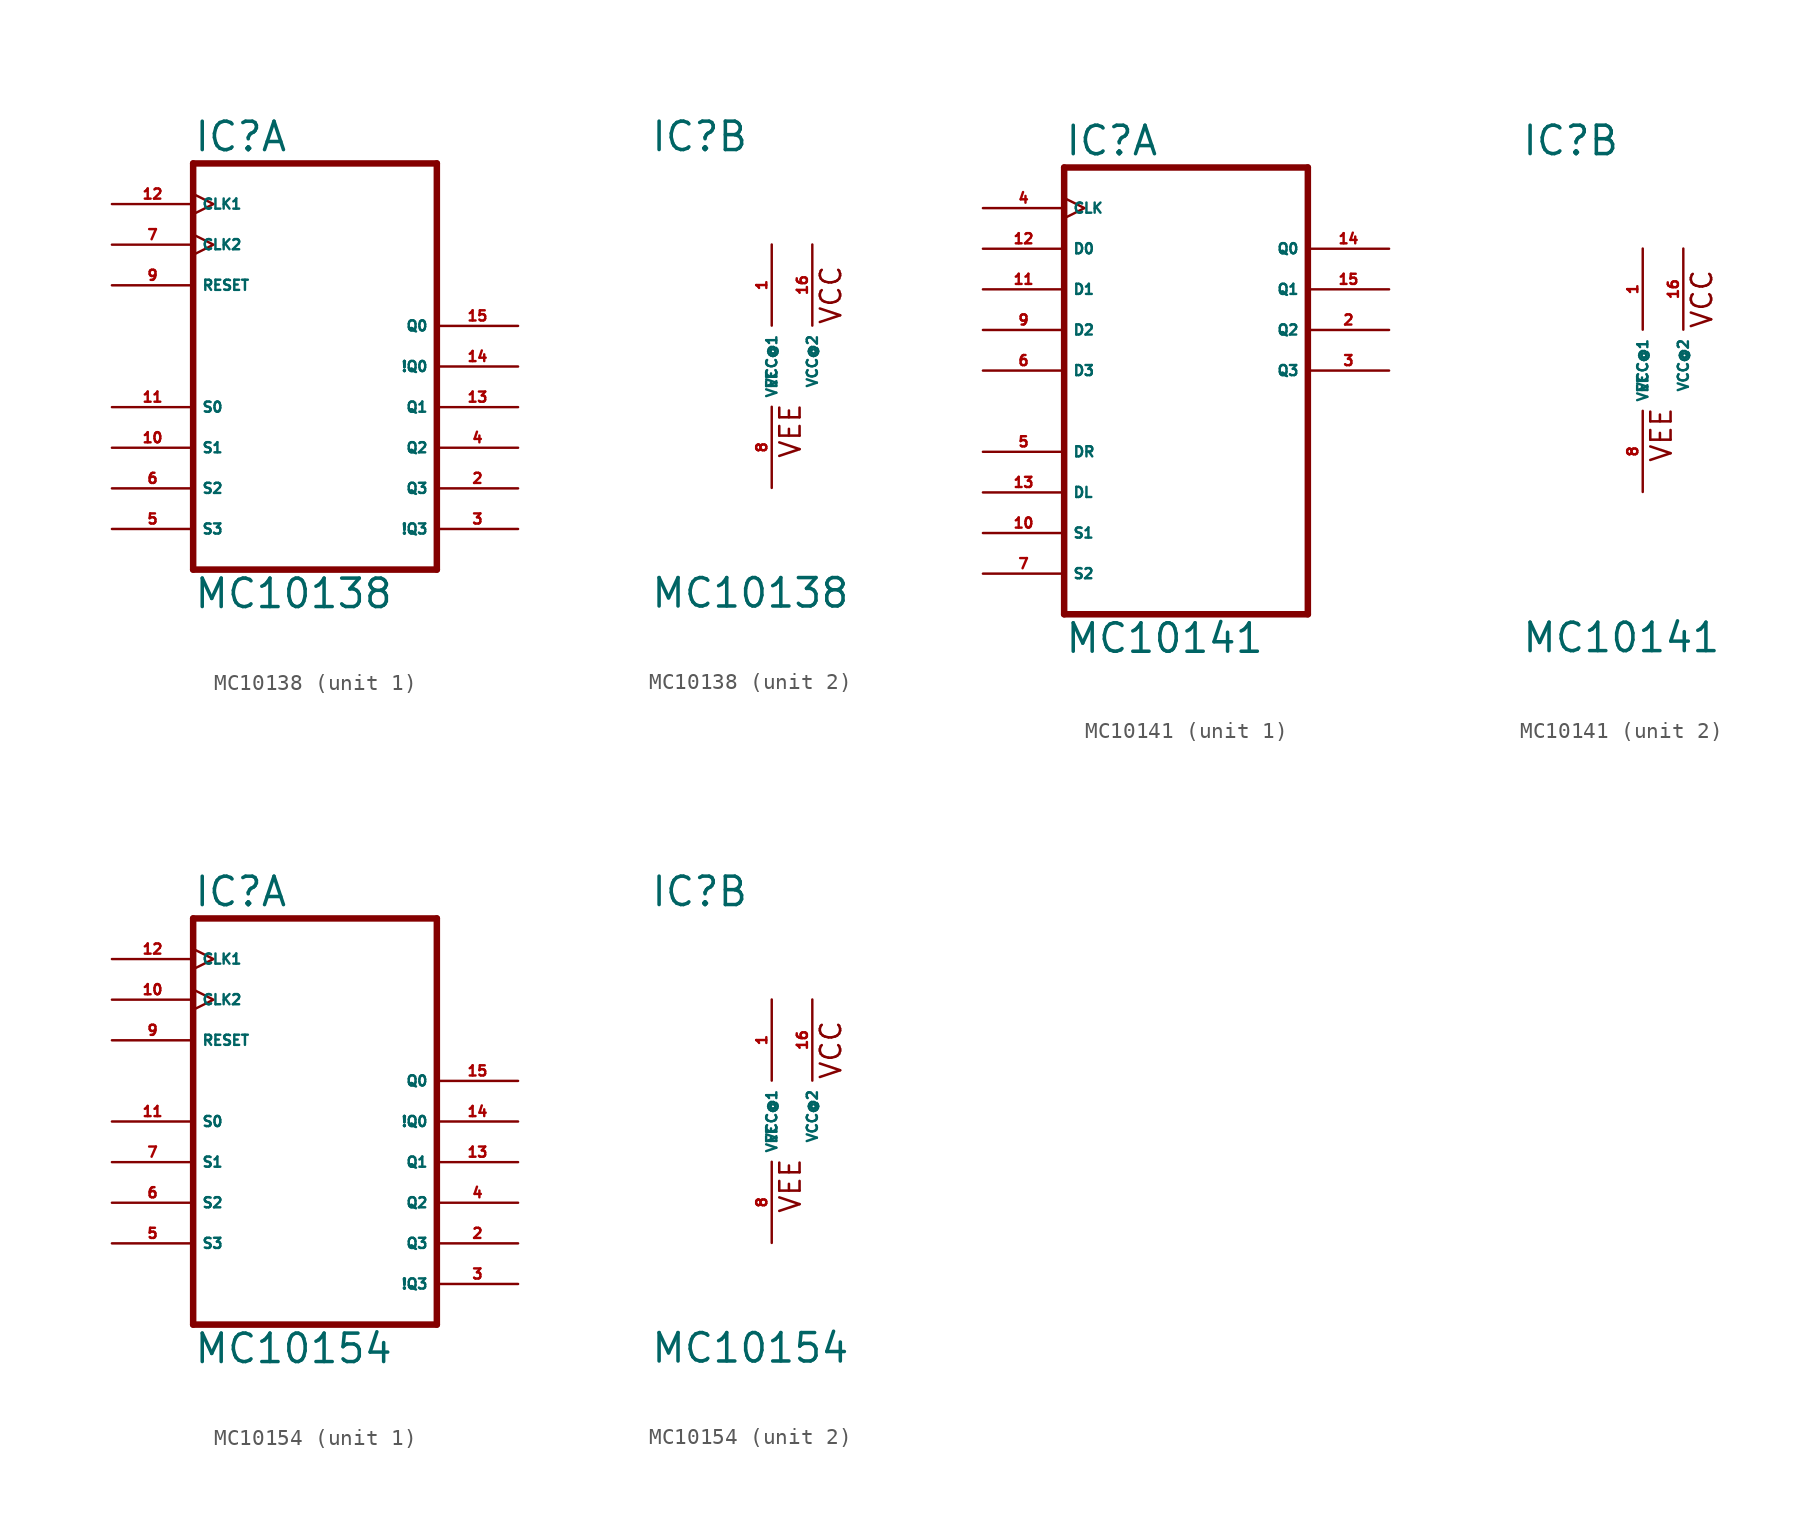
<source format=kicad_sym>
(kicad_symbol_lib
  (version 20220914)
  (generator Eagle2Kicad)
  (symbol "MC10138"
    (property "Reference" "IC"
      (at -7.62 13.335 0)
      (effects (font (size 1.778 1.778) (thickness 0.22)) (justify left bottom)))
    (property "Value" "MC10138"
      (at -7.62 -15.24 0)
      (effects (font (size 1.778 1.778) (thickness 0.22)) (justify left bottom)))
    (symbol "MC10138_1_0"
      (polyline (pts (xy -7.62 -12.7) (xy 7.62 -12.7)) (stroke (width 0.406) (type default)) (fill (type none)))
      (polyline (pts (xy 7.62 -12.7) (xy 7.62 12.7)) (stroke (width 0.406) (type default)) (fill (type none)))
      (polyline (pts (xy 7.62 12.7) (xy -7.62 12.7)) (stroke (width 0.406) (type default)) (fill (type none)))
      (polyline (pts (xy -7.62 12.7) (xy -7.62 -12.7)) (stroke (width 0.406) (type default)) (fill (type none)))
      (pin output line (at 12.7 -7.62 180) (length 5.08) (name "Q3" (effects (font (size 0.635 0.635) (thickness 0.08)) (justify left bottom))) (number "2" (effects (font (size 0.635 0.635) (thickness 0.08)) (justify left bottom))))
      (pin output line (at 12.7 -10.16 180) (length 5.08) (name "!Q3" (effects (font (size 0.635 0.635) (thickness 0.08)) (justify left bottom))) (number "3" (effects (font (size 0.635 0.635) (thickness 0.08)) (justify left bottom))))
      (pin output line (at 12.7 -5.08 180) (length 5.08) (name "Q2" (effects (font (size 0.635 0.635) (thickness 0.08)) (justify left bottom))) (number "4" (effects (font (size 0.635 0.635) (thickness 0.08)) (justify left bottom))))
      (pin input line (at -12.7 -10.16 0) (length 5.08) (name "S3" (effects (font (size 0.635 0.635) (thickness 0.08)) (justify left bottom))) (number "5" (effects (font (size 0.635 0.635) (thickness 0.08)) (justify left bottom))))
      (pin input line (at -12.7 -7.62 0) (length 5.08) (name "S2" (effects (font (size 0.635 0.635) (thickness 0.08)) (justify left bottom))) (number "6" (effects (font (size 0.635 0.635) (thickness 0.08)) (justify left bottom))))
      (pin input clock (at -12.7 7.62 0) (length 5.08) (name "CLK2" (effects (font (size 0.635 0.635) (thickness 0.08)) (justify left bottom))) (number "7" (effects (font (size 0.635 0.635) (thickness 0.08)) (justify left bottom))))
      (pin input line (at -12.7 5.08 0) (length 5.08) (name "RESET" (effects (font (size 0.635 0.635) (thickness 0.08)) (justify left bottom))) (number "9" (effects (font (size 0.635 0.635) (thickness 0.08)) (justify left bottom))))
      (pin input line (at -12.7 -5.08 0) (length 5.08) (name "S1" (effects (font (size 0.635 0.635) (thickness 0.08)) (justify left bottom))) (number "10" (effects (font (size 0.635 0.635) (thickness 0.08)) (justify left bottom))))
      (pin input line (at -12.7 -2.54 0) (length 5.08) (name "S0" (effects (font (size 0.635 0.635) (thickness 0.08)) (justify left bottom))) (number "11" (effects (font (size 0.635 0.635) (thickness 0.08)) (justify left bottom))))
      (pin input clock (at -12.7 10.16 0) (length 5.08) (name "CLK1" (effects (font (size 0.635 0.635) (thickness 0.08)) (justify left bottom))) (number "12" (effects (font (size 0.635 0.635) (thickness 0.08)) (justify left bottom))))
      (pin output line (at 12.7 -2.54 180) (length 5.08) (name "Q1" (effects (font (size 0.635 0.635) (thickness 0.08)) (justify left bottom))) (number "13" (effects (font (size 0.635 0.635) (thickness 0.08)) (justify left bottom))))
      (pin output line (at 12.7 0 180) (length 5.08) (name "!Q0" (effects (font (size 0.635 0.635) (thickness 0.08)) (justify left bottom))) (number "14" (effects (font (size 0.635 0.635) (thickness 0.08)) (justify left bottom))))
      (pin output line (at 12.7 2.54 180) (length 5.08) (name "Q0" (effects (font (size 0.635 0.635) (thickness 0.08)) (justify left bottom))) (number "15" (effects (font (size 0.635 0.635) (thickness 0.08)) (justify left bottom)))))
    (symbol "MC10138_2_0"
      (text "VCC" (at 4.445 2.54 900) (effects (font (size 1.27 1.27) (thickness 0.16)) (justify left bottom)))
      (text "VEE" (at 1.905 -5.842 900) (effects (font (size 1.27 1.27) (thickness 0.16)) (justify left bottom)))
      (pin unspecified line (at 0 -7.62 90) (length 5.08) (name "VEE" (effects (font (size 0.635 0.635) (thickness 0.08)) (justify left bottom))) (number "8" (effects (font (size 0.635 0.635) (thickness 0.08)) (justify left bottom))))
      (pin unspecified line (at 0 7.62 270) (length 5.08) (name "VCC@1" (effects (font (size 0.635 0.635) (thickness 0.08)) (justify left bottom))) (number "1" (effects (font (size 0.635 0.635) (thickness 0.08)) (justify left bottom))))
      (pin unspecified line (at 2.54 7.62 270) (length 5.08) (name "VCC@2" (effects (font (size 0.635 0.635) (thickness 0.08)) (justify left bottom))) (number "16" (effects (font (size 0.635 0.635) (thickness 0.08)) (justify left bottom))))))
  (symbol "MC10141"
    (property "Reference" "IC"
      (at -7.62 13.335 0)
      (effects (font (size 1.778 1.778) (thickness 0.22)) (justify left bottom)))
    (property "Value" "MC10141"
      (at -7.62 -17.78 0)
      (effects (font (size 1.778 1.778) (thickness 0.22)) (justify left bottom)))
    (symbol "MC10141_1_0"
      (polyline (pts (xy -7.62 -15.24) (xy 7.62 -15.24)) (stroke (width 0.406) (type default)) (fill (type none)))
      (polyline (pts (xy 7.62 -15.24) (xy 7.62 12.7)) (stroke (width 0.406) (type default)) (fill (type none)))
      (polyline (pts (xy 7.62 12.7) (xy -7.62 12.7)) (stroke (width 0.406) (type default)) (fill (type none)))
      (polyline (pts (xy -7.62 12.7) (xy -7.62 -15.24)) (stroke (width 0.406) (type default)) (fill (type none)))
      (pin output line (at 12.7 2.54 180) (length 5.08) (name "Q2" (effects (font (size 0.635 0.635) (thickness 0.08)) (justify left bottom))) (number "2" (effects (font (size 0.635 0.635) (thickness 0.08)) (justify left bottom))))
      (pin output line (at 12.7 0 180) (length 5.08) (name "Q3" (effects (font (size 0.635 0.635) (thickness 0.08)) (justify left bottom))) (number "3" (effects (font (size 0.635 0.635) (thickness 0.08)) (justify left bottom))))
      (pin input clock (at -12.7 10.16 0) (length 5.08) (name "CLK" (effects (font (size 0.635 0.635) (thickness 0.08)) (justify left bottom))) (number "4" (effects (font (size 0.635 0.635) (thickness 0.08)) (justify left bottom))))
      (pin input line (at -12.7 -5.08 0) (length 5.08) (name "DR" (effects (font (size 0.635 0.635) (thickness 0.08)) (justify left bottom))) (number "5" (effects (font (size 0.635 0.635) (thickness 0.08)) (justify left bottom))))
      (pin input line (at -12.7 0 0) (length 5.08) (name "D3" (effects (font (size 0.635 0.635) (thickness 0.08)) (justify left bottom))) (number "6" (effects (font (size 0.635 0.635) (thickness 0.08)) (justify left bottom))))
      (pin input line (at -12.7 -12.7 0) (length 5.08) (name "S2" (effects (font (size 0.635 0.635) (thickness 0.08)) (justify left bottom))) (number "7" (effects (font (size 0.635 0.635) (thickness 0.08)) (justify left bottom))))
      (pin input line (at -12.7 2.54 0) (length 5.08) (name "D2" (effects (font (size 0.635 0.635) (thickness 0.08)) (justify left bottom))) (number "9" (effects (font (size 0.635 0.635) (thickness 0.08)) (justify left bottom))))
      (pin input line (at -12.7 -10.16 0) (length 5.08) (name "S1" (effects (font (size 0.635 0.635) (thickness 0.08)) (justify left bottom))) (number "10" (effects (font (size 0.635 0.635) (thickness 0.08)) (justify left bottom))))
      (pin input line (at -12.7 5.08 0) (length 5.08) (name "D1" (effects (font (size 0.635 0.635) (thickness 0.08)) (justify left bottom))) (number "11" (effects (font (size 0.635 0.635) (thickness 0.08)) (justify left bottom))))
      (pin input line (at -12.7 7.62 0) (length 5.08) (name "D0" (effects (font (size 0.635 0.635) (thickness 0.08)) (justify left bottom))) (number "12" (effects (font (size 0.635 0.635) (thickness 0.08)) (justify left bottom))))
      (pin input line (at -12.7 -7.62 0) (length 5.08) (name "DL" (effects (font (size 0.635 0.635) (thickness 0.08)) (justify left bottom))) (number "13" (effects (font (size 0.635 0.635) (thickness 0.08)) (justify left bottom))))
      (pin output line (at 12.7 7.62 180) (length 5.08) (name "Q0" (effects (font (size 0.635 0.635) (thickness 0.08)) (justify left bottom))) (number "14" (effects (font (size 0.635 0.635) (thickness 0.08)) (justify left bottom))))
      (pin output line (at 12.7 5.08 180) (length 5.08) (name "Q1" (effects (font (size 0.635 0.635) (thickness 0.08)) (justify left bottom))) (number "15" (effects (font (size 0.635 0.635) (thickness 0.08)) (justify left bottom)))))
    (symbol "MC10141_2_0"
      (text "VCC" (at 4.445 2.54 900) (effects (font (size 1.27 1.27) (thickness 0.16)) (justify left bottom)))
      (text "VEE" (at 1.905 -5.842 900) (effects (font (size 1.27 1.27) (thickness 0.16)) (justify left bottom)))
      (pin unspecified line (at 0 -7.62 90) (length 5.08) (name "VEE" (effects (font (size 0.635 0.635) (thickness 0.08)) (justify left bottom))) (number "8" (effects (font (size 0.635 0.635) (thickness 0.08)) (justify left bottom))))
      (pin unspecified line (at 0 7.62 270) (length 5.08) (name "VCC@1" (effects (font (size 0.635 0.635) (thickness 0.08)) (justify left bottom))) (number "1" (effects (font (size 0.635 0.635) (thickness 0.08)) (justify left bottom))))
      (pin unspecified line (at 2.54 7.62 270) (length 5.08) (name "VCC@2" (effects (font (size 0.635 0.635) (thickness 0.08)) (justify left bottom))) (number "16" (effects (font (size 0.635 0.635) (thickness 0.08)) (justify left bottom))))))
  (symbol "MC10154"
    (property "Reference" "IC"
      (at -7.62 13.335 0)
      (effects (font (size 1.778 1.778) (thickness 0.22)) (justify left bottom)))
    (property "Value" "MC10154"
      (at -7.62 -15.24 0)
      (effects (font (size 1.778 1.778) (thickness 0.22)) (justify left bottom)))
    (symbol "MC10154_1_0"
      (polyline (pts (xy -7.62 -12.7) (xy 7.62 -12.7)) (stroke (width 0.406) (type default)) (fill (type none)))
      (polyline (pts (xy 7.62 -12.7) (xy 7.62 12.7)) (stroke (width 0.406) (type default)) (fill (type none)))
      (polyline (pts (xy 7.62 12.7) (xy -7.62 12.7)) (stroke (width 0.406) (type default)) (fill (type none)))
      (polyline (pts (xy -7.62 12.7) (xy -7.62 -12.7)) (stroke (width 0.406) (type default)) (fill (type none)))
      (pin output line (at 12.7 -7.62 180) (length 5.08) (name "Q3" (effects (font (size 0.635 0.635) (thickness 0.08)) (justify left bottom))) (number "2" (effects (font (size 0.635 0.635) (thickness 0.08)) (justify left bottom))))
      (pin output line (at 12.7 -10.16 180) (length 5.08) (name "!Q3" (effects (font (size 0.635 0.635) (thickness 0.08)) (justify left bottom))) (number "3" (effects (font (size 0.635 0.635) (thickness 0.08)) (justify left bottom))))
      (pin output line (at 12.7 -5.08 180) (length 5.08) (name "Q2" (effects (font (size 0.635 0.635) (thickness 0.08)) (justify left bottom))) (number "4" (effects (font (size 0.635 0.635) (thickness 0.08)) (justify left bottom))))
      (pin input line (at -12.7 -7.62 0) (length 5.08) (name "S3" (effects (font (size 0.635 0.635) (thickness 0.08)) (justify left bottom))) (number "5" (effects (font (size 0.635 0.635) (thickness 0.08)) (justify left bottom))))
      (pin input line (at -12.7 -5.08 0) (length 5.08) (name "S2" (effects (font (size 0.635 0.635) (thickness 0.08)) (justify left bottom))) (number "6" (effects (font (size 0.635 0.635) (thickness 0.08)) (justify left bottom))))
      (pin input line (at -12.7 -2.54 0) (length 5.08) (name "S1" (effects (font (size 0.635 0.635) (thickness 0.08)) (justify left bottom))) (number "7" (effects (font (size 0.635 0.635) (thickness 0.08)) (justify left bottom))))
      (pin input line (at -12.7 5.08 0) (length 5.08) (name "RESET" (effects (font (size 0.635 0.635) (thickness 0.08)) (justify left bottom))) (number "9" (effects (font (size 0.635 0.635) (thickness 0.08)) (justify left bottom))))
      (pin input clock (at -12.7 7.62 0) (length 5.08) (name "CLK2" (effects (font (size 0.635 0.635) (thickness 0.08)) (justify left bottom))) (number "10" (effects (font (size 0.635 0.635) (thickness 0.08)) (justify left bottom))))
      (pin input line (at -12.7 0 0) (length 5.08) (name "S0" (effects (font (size 0.635 0.635) (thickness 0.08)) (justify left bottom))) (number "11" (effects (font (size 0.635 0.635) (thickness 0.08)) (justify left bottom))))
      (pin input clock (at -12.7 10.16 0) (length 5.08) (name "CLK1" (effects (font (size 0.635 0.635) (thickness 0.08)) (justify left bottom))) (number "12" (effects (font (size 0.635 0.635) (thickness 0.08)) (justify left bottom))))
      (pin output line (at 12.7 -2.54 180) (length 5.08) (name "Q1" (effects (font (size 0.635 0.635) (thickness 0.08)) (justify left bottom))) (number "13" (effects (font (size 0.635 0.635) (thickness 0.08)) (justify left bottom))))
      (pin output line (at 12.7 0 180) (length 5.08) (name "!Q0" (effects (font (size 0.635 0.635) (thickness 0.08)) (justify left bottom))) (number "14" (effects (font (size 0.635 0.635) (thickness 0.08)) (justify left bottom))))
      (pin output line (at 12.7 2.54 180) (length 5.08) (name "Q0" (effects (font (size 0.635 0.635) (thickness 0.08)) (justify left bottom))) (number "15" (effects (font (size 0.635 0.635) (thickness 0.08)) (justify left bottom)))))
    (symbol "MC10154_2_0"
      (text "VCC" (at 4.445 2.54 900) (effects (font (size 1.27 1.27) (thickness 0.16)) (justify left bottom)))
      (text "VEE" (at 1.905 -5.842 900) (effects (font (size 1.27 1.27) (thickness 0.16)) (justify left bottom)))
      (pin unspecified line (at 0 -7.62 90) (length 5.08) (name "VEE" (effects (font (size 0.635 0.635) (thickness 0.08)) (justify left bottom))) (number "8" (effects (font (size 0.635 0.635) (thickness 0.08)) (justify left bottom))))
      (pin unspecified line (at 0 7.62 270) (length 5.08) (name "VCC@1" (effects (font (size 0.635 0.635) (thickness 0.08)) (justify left bottom))) (number "1" (effects (font (size 0.635 0.635) (thickness 0.08)) (justify left bottom))))
      (pin unspecified line (at 2.54 7.62 270) (length 5.08) (name "VCC@2" (effects (font (size 0.635 0.635) (thickness 0.08)) (justify left bottom))) (number "16" (effects (font (size 0.635 0.635) (thickness 0.08)) (justify left bottom)))))))
</source>
